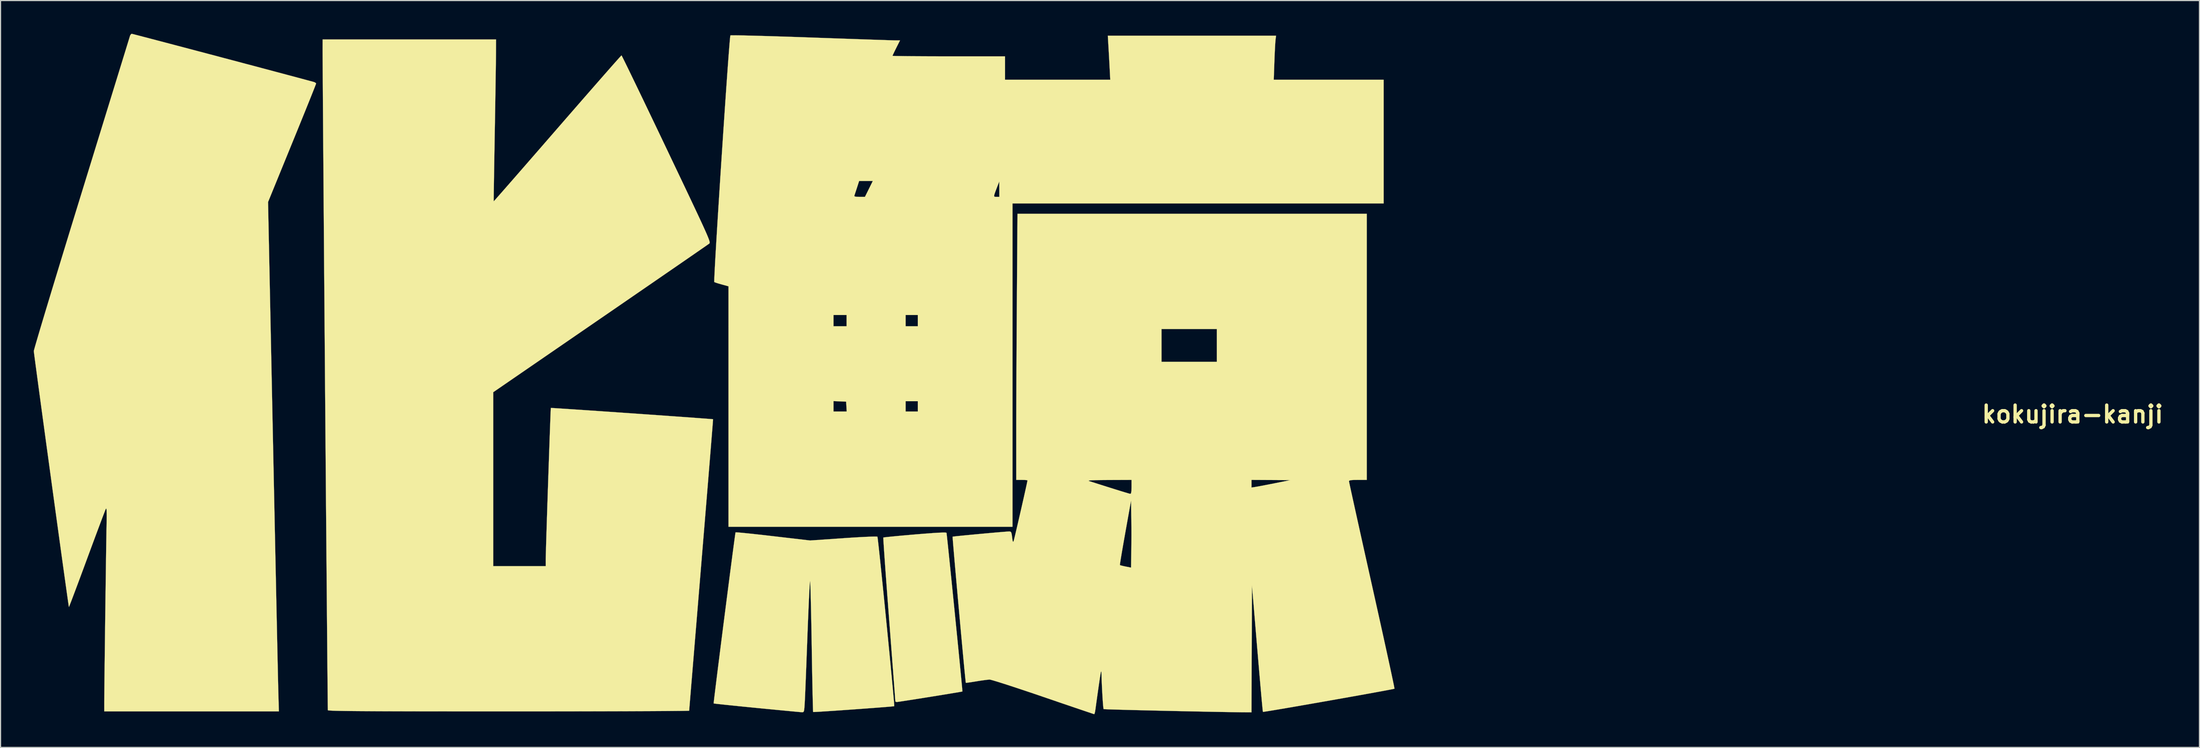
<source format=kicad_pcb>
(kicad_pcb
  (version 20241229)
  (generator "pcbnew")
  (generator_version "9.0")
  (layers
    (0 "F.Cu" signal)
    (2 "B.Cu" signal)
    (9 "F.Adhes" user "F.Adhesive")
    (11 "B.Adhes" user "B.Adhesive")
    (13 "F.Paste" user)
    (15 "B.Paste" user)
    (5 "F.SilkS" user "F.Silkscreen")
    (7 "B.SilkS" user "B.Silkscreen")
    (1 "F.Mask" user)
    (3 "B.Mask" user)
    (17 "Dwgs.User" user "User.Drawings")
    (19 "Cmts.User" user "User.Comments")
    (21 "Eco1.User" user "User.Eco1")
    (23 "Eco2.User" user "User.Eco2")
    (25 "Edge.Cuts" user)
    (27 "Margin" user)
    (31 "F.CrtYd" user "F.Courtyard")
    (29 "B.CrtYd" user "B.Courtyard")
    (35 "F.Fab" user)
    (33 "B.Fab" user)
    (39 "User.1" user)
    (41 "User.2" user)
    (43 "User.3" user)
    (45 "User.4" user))
  (footprint "kokujira-kanji"
    (layer "F.Cu")
    (at 184.168 34.38)
    (property "Reference" "kokujira-kanji" (at 0 0 0) (layer "F.SilkS") (effects (font (size 1.524 1.524) (thickness 0.3))))
    (attr through_hole)
    (fp_poly (pts (xy -101.81 10.683) (xy -101.72 10.704) (xy -101.719 10.705) (xy -101.706 10.801) (xy -101.678 11.05) (xy -101.636 11.436) (xy -101.582 11.944) (xy -101.518 12.561) (xy -101.445 13.27) (xy -101.365 14.057) (xy -101.278 14.906) (xy -101.187 15.804) (xy -101.093 16.734) (xy -100.998 17.682) (xy -100.903 18.634) (xy -100.809 19.573) (xy -100.718 20.485) (xy -100.632 21.356) (xy -100.552 22.169) (xy -100.48 22.911) (xy -100.416 23.566) (xy -100.363 24.12) (xy -100.322 24.556) (xy -100.295 24.862) (xy -100.282 25.02) (xy -100.282 25.04) (xy -100.367 25.058) (xy -100.597 25.099) (xy -100.947 25.159) (xy -101.396 25.233) (xy -101.92 25.319) (xy -102.495 25.413) (xy -103.099 25.51) (xy -103.709 25.608) (xy -104.302 25.702) (xy -104.854 25.789) (xy -105.343 25.865) (xy -105.746 25.927) (xy -106.038 25.97) (xy -106.198 25.991) (xy -106.218 25.993) (xy -106.327 25.957) (xy -106.34 25.929) (xy -106.346 25.837) (xy -106.364 25.588) (xy -106.393 25.196) (xy -106.432 24.671) (xy -106.481 24.026) (xy -106.538 23.273) (xy -106.603 22.426) (xy -106.674 21.495) (xy -106.75 20.493) (xy -106.831 19.433) (xy -106.902 18.518) (xy -106.985 17.42) (xy -107.065 16.37) (xy -107.138 15.381) (xy -107.206 14.466) (xy -107.266 13.636) (xy -107.317 12.903) (xy -107.36 12.281) (xy -107.393 11.78) (xy -107.416 11.414) (xy -107.427 11.194) (xy -107.426 11.132) (xy -107.335 11.116) (xy -107.096 11.088) (xy -106.727 11.05) (xy -106.25 11.004) (xy -105.683 10.951) (xy -105.047 10.895) (xy -104.569 10.854) (xy -103.696 10.783) (xy -102.988 10.73) (xy -102.44 10.696) (xy -102.048 10.681) (xy -101.81 10.683)) (stroke (width 0.01) (type solid)) (fill yes) (layer "F.SilkS"))
    (fp_poly (pts (xy -120.45 10.681) (xy -120.08 10.715) (xy -119.596 10.764) (xy -119.016 10.826) (xy -118.358 10.898) (xy -117.641 10.98) (xy -117.391 11.009) (xy -114.036 11.399) (xy -111.03 11.191) (xy -110.28 11.141) (xy -109.607 11.101) (xy -109.027 11.071) (xy -108.557 11.052) (xy -108.211 11.044) (xy -108.008 11.048) (xy -107.959 11.058) (xy -107.942 11.15) (xy -107.912 11.395) (xy -107.868 11.779) (xy -107.812 12.287) (xy -107.746 12.906) (xy -107.671 13.621) (xy -107.589 14.416) (xy -107.501 15.279) (xy -107.408 16.193) (xy -107.312 17.145) (xy -107.215 18.121) (xy -107.117 19.105) (xy -107.021 20.084) (xy -106.927 21.042) (xy -106.837 21.965) (xy -106.753 22.839) (xy -106.676 23.65) (xy -106.607 24.382) (xy -106.548 25.021) (xy -106.5 25.554) (xy -106.465 25.965) (xy -106.444 26.239) (xy -106.439 26.363) (xy -106.44 26.369) (xy -106.53 26.382) (xy -106.768 26.405) (xy -107.132 26.436) (xy -107.601 26.473) (xy -108.154 26.516) (xy -108.771 26.562) (xy -109.429 26.611) (xy -110.108 26.66) (xy -110.788 26.708) (xy -111.445 26.754) (xy -112.061 26.796) (xy -112.613 26.832) (xy -113.081 26.862) (xy -113.443 26.883) (xy -113.678 26.894) (xy -113.766 26.894) (xy -113.766 26.894) (xy -113.773 26.805) (xy -113.782 26.561) (xy -113.793 26.176) (xy -113.806 25.662) (xy -113.82 25.033) (xy -113.835 24.304) (xy -113.851 23.488) (xy -113.867 22.599) (xy -113.883 21.65) (xy -113.893 20.986) (xy -113.91 20.004) (xy -113.927 19.071) (xy -113.944 18.202) (xy -113.961 17.41) (xy -113.978 16.709) (xy -113.994 16.114) (xy -114.009 15.637) (xy -114.023 15.292) (xy -114.035 15.094) (xy -114.041 15.05) (xy -114.054 15.12) (xy -114.072 15.346) (xy -114.094 15.712) (xy -114.121 16.205) (xy -114.15 16.81) (xy -114.181 17.512) (xy -114.214 18.298) (xy -114.249 19.153) (xy -114.283 20.064) (xy -114.286 20.13) (xy -114.321 21.075) (xy -114.356 21.992) (xy -114.389 22.863) (xy -114.421 23.669) (xy -114.45 24.393) (xy -114.476 25.018) (xy -114.498 25.524) (xy -114.516 25.896) (xy -114.527 26.099) (xy -114.552 26.477) (xy -114.577 26.717) (xy -114.612 26.849) (xy -114.667 26.905) (xy -114.754 26.915) (xy -114.799 26.914) (xy -114.927 26.903) (xy -115.205 26.878) (xy -115.616 26.84) (xy -116.142 26.79) (xy -116.764 26.731) (xy -117.465 26.663) (xy -118.226 26.59) (xy -118.871 26.527) (xy -119.66 26.449) (xy -120.395 26.376) (xy -121.061 26.308) (xy -121.64 26.248) (xy -122.115 26.197) (xy -122.47 26.158) (xy -122.687 26.132) (xy -122.752 26.121) (xy -122.745 26.035) (xy -122.719 25.796) (xy -122.674 25.417) (xy -122.613 24.914) (xy -122.537 24.299) (xy -122.449 23.589) (xy -122.35 22.797) (xy -122.241 21.937) (xy -122.126 21.024) (xy -122.005 20.072) (xy -121.881 19.096) (xy -121.754 18.109) (xy -121.628 17.127) (xy -121.504 16.163) (xy -121.384 15.231) (xy -121.27 14.347) (xy -121.162 13.524) (xy -121.065 12.777) (xy -120.978 12.12) (xy -120.904 11.568) (xy -120.845 11.134) (xy -120.803 10.834) (xy -120.779 10.681) (xy -120.775 10.664) (xy -120.687 10.664) (xy -120.45 10.681)) (stroke (width 0.01) (type solid)) (fill yes) (layer "F.SilkS"))
    (fp_poly (pts (xy -120.507 -34.236) (xy -119.983 -34.226) (xy -119.338 -34.21) (xy -118.586 -34.19) (xy -117.74 -34.166) (xy -116.811 -34.137) (xy -115.811 -34.105) (xy -114.754 -34.069) (xy -113.952 -34.041) (xy -112.851 -34.001) (xy -111.791 -33.964) (xy -110.787 -33.929) (xy -109.85 -33.896) (xy -108.995 -33.867) (xy -108.234 -33.841) (xy -107.581 -33.82) (xy -107.049 -33.802) (xy -106.65 -33.79) (xy -106.399 -33.783) (xy -106.319 -33.782) (xy -105.916 -33.782) (xy -106.256 -33.107) (xy -106.407 -32.802) (xy -106.523 -32.558) (xy -106.588 -32.411) (xy -106.595 -32.387) (xy -106.513 -32.379) (xy -106.276 -32.371) (xy -105.899 -32.365) (xy -105.397 -32.358) (xy -104.784 -32.353) (xy -104.074 -32.349) (xy -103.283 -32.345) (xy -102.425 -32.343) (xy -101.515 -32.343) (xy -96.435 -32.343) (xy -96.435 -30.226) (xy -86.927 -30.226) (xy -86.983 -31.305) (xy -87.011 -31.833) (xy -87.043 -32.41) (xy -87.074 -32.956) (xy -87.094 -33.295) (xy -87.147 -34.205) (xy -71.951 -34.205) (xy -71.999 -33.803) (xy -72.017 -33.589) (xy -72.038 -33.241) (xy -72.061 -32.795) (xy -72.084 -32.288) (xy -72.101 -31.814) (xy -72.157 -30.226) (xy -62.23 -30.226) (xy -62.23 -19.05) (xy -95.758 -19.05) (xy -95.758 10.16) (xy -121.412 10.16) (xy -121.412 -0.254) (xy -111.929 -0.254) (xy -110.735 -0.254) (xy -110.786 -1.143) (xy -111.358 -1.168) (xy -111.753 -1.185) (xy -105.41 -1.185) (xy -105.41 -0.254) (xy -104.309 -0.254) (xy -104.309 -1.185) (xy -105.41 -1.185) (xy -111.753 -1.185) (xy -111.929 -1.193) (xy -111.929 -0.254) (xy -121.412 -0.254) (xy -121.412 -8.975) (xy -111.929 -8.975) (xy -111.929 -7.959) (xy -110.744 -7.959) (xy -110.744 -8.975) (xy -105.41 -8.975) (xy -105.41 -7.959) (xy -104.309 -7.959) (xy -104.309 -8.975) (xy -105.41 -8.975) (xy -110.744 -8.975) (xy -111.929 -8.975) (xy -121.412 -8.975) (xy -121.412 -11.564) (xy -122.009 -11.728) (xy -122.314 -11.815) (xy -122.557 -11.892) (xy -122.69 -11.943) (xy -122.694 -11.946) (xy -122.699 -12.034) (xy -122.692 -12.28) (xy -122.676 -12.671) (xy -122.649 -13.194) (xy -122.615 -13.838) (xy -122.572 -14.59) (xy -122.522 -15.439) (xy -122.466 -16.373) (xy -122.405 -17.379) (xy -122.338 -18.446) (xy -122.268 -19.561) (xy -122.256 -19.748) (xy -110.045 -19.748) (xy -110.018 -19.686) (xy -109.862 -19.652) (xy -109.587 -19.643) (xy -109.088 -19.643) (xy -109.039 -19.742) (xy -97.417 -19.742) (xy -97.396 -19.669) (xy -97.322 -19.645) (xy -97.203 -19.643) (xy -96.943 -19.643) (xy -96.947 -20.341) (xy -96.952 -21.04) (xy -97.147 -20.532) (xy -97.294 -20.146) (xy -97.384 -19.892) (xy -97.417 -19.742) (xy -109.039 -19.742) (xy -108.731 -20.362) (xy -108.375 -21.082) (xy -109.61 -21.082) (xy -109.807 -20.468) (xy -109.908 -20.158) (xy -109.991 -19.905) (xy -110.041 -19.758) (xy -110.045 -19.748) (xy -122.256 -19.748) (xy -122.195 -20.712) (xy -122.12 -21.887) (xy -122.042 -23.075) (xy -121.964 -24.263) (xy -121.887 -25.439) (xy -121.809 -26.591) (xy -121.734 -27.707) (xy -121.661 -28.774) (xy -121.591 -29.782) (xy -121.525 -30.717) (xy -121.464 -31.569) (xy -121.408 -32.324) (xy -121.358 -32.97) (xy -121.316 -33.496) (xy -121.282 -33.89) (xy -121.256 -34.139) (xy -121.24 -34.231) (xy -121.148 -34.239) (xy -120.9 -34.24) (xy -120.507 -34.236)) (stroke (width 0.01) (type solid)) (fill yes) (layer "F.SilkS"))
    (fp_poly (pts (xy -175.222 -34.353) (xy -174.981 -34.292) (xy -174.604 -34.195) (xy -174.103 -34.064) (xy -173.493 -33.904) (xy -172.786 -33.718) (xy -171.995 -33.51) (xy -171.135 -33.284) (xy -170.218 -33.042) (xy -169.259 -32.788) (xy -168.269 -32.527) (xy -167.264 -32.261) (xy -166.256 -31.994) (xy -165.258 -31.729) (xy -164.285 -31.471) (xy -163.349 -31.222) (xy -162.464 -30.987) (xy -161.643 -30.768) (xy -160.9 -30.57) (xy -160.248 -30.395) (xy -159.7 -30.248) (xy -159.27 -30.132) (xy -158.972 -30.051) (xy -158.818 -30.008) (xy -158.814 -30.006) (xy -158.688 -29.929) (xy -158.665 -29.879) (xy -158.697 -29.788) (xy -158.787 -29.554) (xy -158.931 -29.189) (xy -159.123 -28.707) (xy -159.359 -28.12) (xy -159.633 -27.441) (xy -159.94 -26.684) (xy -160.274 -25.861) (xy -160.631 -24.985) (xy -160.835 -24.487) (xy -163.004 -19.177) (xy -162.568 1.947) (xy -162.528 3.853) (xy -162.49 5.727) (xy -162.451 7.562) (xy -162.414 9.35) (xy -162.378 11.083) (xy -162.343 12.752) (xy -162.309 14.351) (xy -162.277 15.87) (xy -162.247 17.301) (xy -162.218 18.637) (xy -162.192 19.87) (xy -162.168 20.991) (xy -162.146 21.992) (xy -162.127 22.866) (xy -162.111 23.604) (xy -162.097 24.198) (xy -162.087 24.641) (xy -162.08 24.924) (xy -162.079 24.956) (xy -162.026 26.839) (xy -177.8 26.839) (xy -177.8 26.056) (xy -177.799 25.797) (xy -177.796 25.384) (xy -177.791 24.835) (xy -177.784 24.165) (xy -177.775 23.391) (xy -177.765 22.528) (xy -177.753 21.593) (xy -177.741 20.602) (xy -177.728 19.572) (xy -177.715 18.518) (xy -177.701 17.457) (xy -177.687 16.405) (xy -177.673 15.378) (xy -177.659 14.393) (xy -177.646 13.465) (xy -177.634 12.611) (xy -177.623 11.847) (xy -177.612 11.189) (xy -177.603 10.653) (xy -177.597 10.287) (xy -177.585 9.659) (xy -177.58 9.186) (xy -177.583 8.849) (xy -177.592 8.636) (xy -177.61 8.528) (xy -177.637 8.512) (xy -177.664 8.551) (xy -177.713 8.669) (xy -177.814 8.931) (xy -177.963 9.32) (xy -178.152 9.823) (xy -178.377 10.423) (xy -178.632 11.105) (xy -178.91 11.854) (xy -179.206 12.654) (xy -179.37 13.098) (xy -179.67 13.911) (xy -179.953 14.673) (xy -180.213 15.37) (xy -180.445 15.988) (xy -180.643 16.513) (xy -180.801 16.931) (xy -180.916 17.226) (xy -180.98 17.385) (xy -180.993 17.409) (xy -181.008 17.324) (xy -181.044 17.082) (xy -181.1 16.695) (xy -181.173 16.176) (xy -181.263 15.536) (xy -181.368 14.787) (xy -181.486 13.94) (xy -181.616 13.007) (xy -181.755 12) (xy -181.903 10.931) (xy -182.057 9.81) (xy -182.217 8.651) (xy -182.38 7.464) (xy -182.545 6.261) (xy -182.71 5.054) (xy -182.874 3.855) (xy -183.036 2.676) (xy -183.192 1.527) (xy -183.343 0.421) (xy -183.486 -0.63) (xy -183.619 -1.615) (xy -183.742 -2.522) (xy -183.852 -3.34) (xy -183.948 -4.057) (xy -184.029 -4.66) (xy -184.092 -5.139) (xy -184.136 -5.481) (xy -184.159 -5.676) (xy -184.163 -5.715) (xy -184.139 -5.822) (xy -184.068 -6.082) (xy -183.951 -6.487) (xy -183.792 -7.029) (xy -183.594 -7.699) (xy -183.358 -8.488) (xy -183.087 -9.389) (xy -182.783 -10.393) (xy -182.451 -11.491) (xy -182.09 -12.675) (xy -181.706 -13.937) (xy -181.299 -15.268) (xy -180.873 -16.66) (xy -180.429 -18.104) (xy -179.971 -19.592) (xy -179.838 -20.024) (xy -179.377 -21.521) (xy -178.928 -22.976) (xy -178.496 -24.38) (xy -178.081 -25.725) (xy -177.688 -27.002) (xy -177.318 -28.202) (xy -176.974 -29.319) (xy -176.658 -30.343) (xy -176.374 -31.266) (xy -176.124 -32.079) (xy -175.909 -32.775) (xy -175.734 -33.345) (xy -175.6 -33.78) (xy -175.51 -34.073) (xy -175.466 -34.215) (xy -175.462 -34.227) (xy -175.375 -34.352) (xy -175.312 -34.375) (xy -175.222 -34.353)) (stroke (width 0.01) (type solid)) (fill yes) (layer "F.SilkS"))
    (fp_poly (pts (xy -142.415 -32.575) (xy -142.418 -32.271) (xy -142.423 -31.814) (xy -142.431 -31.224) (xy -142.442 -30.517) (xy -142.454 -29.711) (xy -142.468 -28.823) (xy -142.483 -27.872) (xy -142.5 -26.874) (xy -142.518 -25.848) (xy -142.528 -25.273) (xy -142.545 -24.28) (xy -142.561 -23.338) (xy -142.576 -22.46) (xy -142.589 -21.66) (xy -142.6 -20.951) (xy -142.609 -20.346) (xy -142.616 -19.859) (xy -142.62 -19.505) (xy -142.621 -19.295) (xy -142.621 -19.241) (xy -142.564 -19.3) (xy -142.405 -19.479) (xy -142.149 -19.77) (xy -141.803 -20.163) (xy -141.377 -20.65) (xy -140.876 -21.223) (xy -140.308 -21.874) (xy -139.68 -22.594) (xy -139 -23.375) (xy -138.274 -24.208) (xy -137.512 -25.085) (xy -136.87 -25.824) (xy -136.081 -26.731) (xy -135.323 -27.601) (xy -134.604 -28.427) (xy -133.93 -29.198) (xy -133.31 -29.907) (xy -132.75 -30.546) (xy -132.258 -31.106) (xy -131.842 -31.578) (xy -131.508 -31.954) (xy -131.265 -32.226) (xy -131.119 -32.385) (xy -131.077 -32.426) (xy -131.034 -32.351) (xy -130.923 -32.132) (xy -130.749 -31.781) (xy -130.516 -31.305) (xy -130.23 -30.716) (xy -129.894 -30.022) (xy -129.514 -29.234) (xy -129.094 -28.362) (xy -128.64 -27.414) (xy -128.155 -26.401) (xy -127.644 -25.333) (xy -127.113 -24.219) (xy -127.004 -23.99) (xy -126.378 -22.674) (xy -125.82 -21.503) (xy -125.327 -20.467) (xy -124.896 -19.558) (xy -124.523 -18.768) (xy -124.203 -18.088) (xy -123.933 -17.51) (xy -123.709 -17.025) (xy -123.528 -16.624) (xy -123.384 -16.3) (xy -123.276 -16.043) (xy -123.198 -15.845) (xy -123.147 -15.697) (xy -123.119 -15.591) (xy -123.111 -15.519) (xy -123.117 -15.471) (xy -123.136 -15.44) (xy -123.157 -15.419) (xy -123.246 -15.356) (xy -123.467 -15.202) (xy -123.811 -14.964) (xy -124.27 -14.646) (xy -124.836 -14.255) (xy -125.501 -13.796) (xy -126.257 -13.275) (xy -127.096 -12.698) (xy -128.009 -12.069) (xy -128.989 -11.395) (xy -130.027 -10.681) (xy -131.115 -9.932) (xy -132.245 -9.155) (xy -132.996 -8.64) (xy -142.663 -1.997) (xy -142.663 13.716) (xy -137.922 13.716) (xy -137.923 13.187) (xy -137.921 13.007) (xy -137.913 12.683) (xy -137.9 12.23) (xy -137.884 11.662) (xy -137.863 10.996) (xy -137.84 10.246) (xy -137.814 9.428) (xy -137.786 8.558) (xy -137.756 7.65) (xy -137.725 6.721) (xy -137.693 5.785) (xy -137.662 4.858) (xy -137.63 3.955) (xy -137.6 3.091) (xy -137.572 2.283) (xy -137.545 1.544) (xy -137.521 0.892) (xy -137.5 0.34) (xy -137.483 -0.095) (xy -137.47 -0.399) (xy -137.461 -0.556) (xy -137.459 -0.574) (xy -137.373 -0.572) (xy -137.134 -0.559) (xy -136.756 -0.535) (xy -136.253 -0.503) (xy -135.64 -0.462) (xy -134.933 -0.415) (xy -134.146 -0.362) (xy -133.294 -0.304) (xy -132.392 -0.242) (xy -131.455 -0.177) (xy -130.497 -0.111) (xy -129.533 -0.044) (xy -128.579 0.023) (xy -127.649 0.088) (xy -126.758 0.152) (xy -125.92 0.211) (xy -125.151 0.266) (xy -124.466 0.316) (xy -123.879 0.36) (xy -123.405 0.395) (xy -123.059 0.422) (xy -122.855 0.44) (xy -122.806 0.446) (xy -122.811 0.531) (xy -122.829 0.776) (xy -122.86 1.171) (xy -122.903 1.708) (xy -122.957 2.378) (xy -123.021 3.17) (xy -123.095 4.077) (xy -123.178 5.09) (xy -123.268 6.198) (xy -123.366 7.393) (xy -123.471 8.667) (xy -123.581 10.009) (xy -123.697 11.411) (xy -123.817 12.864) (xy -123.876 13.589) (xy -123.998 15.064) (xy -124.117 16.494) (xy -124.23 17.868) (xy -124.338 19.179) (xy -124.441 20.416) (xy -124.536 21.571) (xy -124.624 22.634) (xy -124.703 23.597) (xy -124.774 24.45) (xy -124.834 25.185) (xy -124.884 25.792) (xy -124.923 26.261) (xy -124.949 26.585) (xy -124.963 26.753) (xy -124.965 26.776) (xy -125.048 26.782) (xy -125.293 26.788) (xy -125.691 26.795) (xy -126.234 26.8) (xy -126.913 26.806) (xy -127.721 26.811) (xy -128.649 26.816) (xy -129.689 26.82) (xy -130.833 26.825) (xy -132.073 26.828) (xy -133.4 26.831) (xy -134.807 26.834) (xy -136.286 26.836) (xy -137.827 26.838) (xy -139.423 26.839) (xy -141.066 26.839) (xy -141.269 26.839) (xy -143.292 26.839) (xy -145.151 26.839) (xy -146.853 26.837) (xy -148.404 26.836) (xy -149.809 26.834) (xy -151.075 26.831) (xy -152.208 26.828) (xy -153.214 26.824) (xy -154.098 26.819) (xy -154.867 26.814) (xy -155.527 26.808) (xy -156.084 26.801) (xy -156.543 26.793) (xy -156.912 26.784) (xy -157.195 26.775) (xy -157.399 26.764) (xy -157.53 26.752) (xy -157.593 26.74) (xy -157.602 26.733) (xy -157.604 26.644) (xy -157.608 26.392) (xy -157.613 25.986) (xy -157.618 25.433) (xy -157.625 24.74) (xy -157.633 23.914) (xy -157.642 22.964) (xy -157.652 21.895) (xy -157.662 20.717) (xy -157.673 19.435) (xy -157.685 18.058) (xy -157.698 16.592) (xy -157.711 15.046) (xy -157.724 13.426) (xy -157.738 11.74) (xy -157.753 9.996) (xy -157.768 8.2) (xy -157.783 6.36) (xy -157.798 4.483) (xy -157.813 2.578) (xy -157.829 0.65) (xy -157.844 -1.292) (xy -157.86 -3.241) (xy -157.875 -5.19) (xy -157.89 -7.131) (xy -157.905 -9.058) (xy -157.92 -10.961) (xy -157.935 -12.835) (xy -157.949 -14.672) (xy -157.962 -16.465) (xy -157.975 -18.205) (xy -157.988 -19.887) (xy -158 -21.501) (xy -158.011 -23.042) (xy -158.022 -24.501) (xy -158.032 -25.872) (xy -158.041 -27.146) (xy -158.049 -28.317) (xy -158.056 -29.377) (xy -158.062 -30.318) (xy -158.067 -31.135) (xy -158.071 -31.818) (xy -158.074 -32.36) (xy -158.076 -32.755) (xy -158.076 -32.995) (xy -158.076 -32.999) (xy -158.073 -33.867) (xy -142.409 -33.867) (xy -142.415 -32.575)) (stroke (width 0.01) (type solid)) (fill yes) (layer "F.SilkS"))
    (fp_poly (pts (xy -63.754 5.927) (xy -64.558 5.927) (xy -64.95 5.932) (xy -65.197 5.951) (xy -65.326 5.987) (xy -65.363 6.043) (xy -65.345 6.139) (xy -65.292 6.39) (xy -65.207 6.785) (xy -65.091 7.314) (xy -64.948 7.965) (xy -64.78 8.728) (xy -64.589 9.594) (xy -64.377 10.55) (xy -64.147 11.586) (xy -63.901 12.693) (xy -63.641 13.858) (xy -63.37 15.072) (xy -63.285 15.452) (xy -63.012 16.677) (xy -62.75 17.855) (xy -62.501 18.977) (xy -62.268 20.031) (xy -62.054 21.008) (xy -61.86 21.896) (xy -61.688 22.685) (xy -61.542 23.364) (xy -61.423 23.924) (xy -61.333 24.353) (xy -61.276 24.642) (xy -61.252 24.779) (xy -61.252 24.789) (xy -61.342 24.812) (xy -61.581 24.861) (xy -61.955 24.932) (xy -62.447 25.024) (xy -63.04 25.132) (xy -63.718 25.255) (xy -64.466 25.39) (xy -65.266 25.533) (xy -66.104 25.682) (xy -66.961 25.833) (xy -67.824 25.985) (xy -68.674 26.134) (xy -69.497 26.277) (xy -70.275 26.412) (xy -70.992 26.536) (xy -71.634 26.645) (xy -72.182 26.737) (xy -72.621 26.809) (xy -72.935 26.858) (xy -73.108 26.882) (xy -73.136 26.883) (xy -73.149 26.795) (xy -73.175 26.552) (xy -73.212 26.168) (xy -73.259 25.656) (xy -73.315 25.032) (xy -73.379 24.308) (xy -73.449 23.498) (xy -73.525 22.617) (xy -73.604 21.677) (xy -73.649 21.15) (xy -74.126 15.452) (xy -74.147 21.188) (xy -74.169 26.924) (xy -74.698 26.921) (xy -75.103 26.918) (xy -75.628 26.911) (xy -76.255 26.901) (xy -76.971 26.889) (xy -77.758 26.875) (xy -78.601 26.858) (xy -79.485 26.84) (xy -80.393 26.821) (xy -81.31 26.801) (xy -82.22 26.781) (xy -83.108 26.76) (xy -83.958 26.74) (xy -84.754 26.72) (xy -85.48 26.702) (xy -86.12 26.684) (xy -86.66 26.668) (xy -87.083 26.655) (xy -87.373 26.643) (xy -87.515 26.635) (xy -87.527 26.632) (xy -87.547 26.534) (xy -87.572 26.295) (xy -87.6 25.942) (xy -87.629 25.503) (xy -87.657 25.007) (xy -87.683 24.48) (xy -87.704 23.95) (xy -87.719 23.495) (xy -87.726 23.31) (xy -87.739 23.217) (xy -87.758 23.23) (xy -87.789 23.361) (xy -87.834 23.622) (xy -87.895 24.026) (xy -87.971 24.553) (xy -88.049 25.096) (xy -88.122 25.613) (xy -88.185 26.067) (xy -88.234 26.424) (xy -88.264 26.649) (xy -88.264 26.649) (xy -88.305 26.896) (xy -88.35 27.055) (xy -88.377 27.089) (xy -88.465 27.062) (xy -88.7 26.984) (xy -89.065 26.861) (xy -89.547 26.698) (xy -90.132 26.5) (xy -90.805 26.271) (xy -91.551 26.017) (xy -92.356 25.741) (xy -92.995 25.523) (xy -93.842 25.234) (xy -94.648 24.963) (xy -95.396 24.714) (xy -96.072 24.492) (xy -96.66 24.303) (xy -97.145 24.151) (xy -97.512 24.041) (xy -97.745 23.978) (xy -97.821 23.965) (xy -98.013 23.98) (xy -98.324 24.019) (xy -98.708 24.074) (xy -99.018 24.124) (xy -99.392 24.184) (xy -99.7 24.229) (xy -99.905 24.255) (xy -99.973 24.258) (xy -99.986 24.171) (xy -100.012 23.932) (xy -100.05 23.555) (xy -100.099 23.056) (xy -100.157 22.452) (xy -100.222 21.756) (xy -100.294 20.986) (xy -100.37 20.157) (xy -100.45 19.284) (xy -100.532 18.383) (xy -100.615 17.47) (xy -100.697 16.56) (xy -100.776 15.669) (xy -100.852 14.812) (xy -100.923 14.005) (xy -100.957 13.621) (xy -86.056 13.621) (xy -85.964 13.654) (xy -85.755 13.706) (xy -85.537 13.752) (xy -85.048 13.85) (xy -85.025 12.344) (xy -85.018 11.701) (xy -85.015 10.967) (xy -85.016 10.217) (xy -85.022 9.528) (xy -85.025 9.313) (xy -85.048 7.788) (xy -85.567 10.689) (xy -85.687 11.367) (xy -85.796 11.99) (xy -85.89 12.54) (xy -85.966 12.998) (xy -86.021 13.343) (xy -86.052 13.557) (xy -86.056 13.621) (xy -100.957 13.621) (xy -100.988 13.263) (xy -101.045 12.603) (xy -101.093 12.04) (xy -101.13 11.589) (xy -101.155 11.267) (xy -101.166 11.088) (xy -101.166 11.056) (xy -101.078 11.042) (xy -100.846 11.015) (xy -100.496 10.979) (xy -100.053 10.935) (xy -99.542 10.886) (xy -98.989 10.834) (xy -98.418 10.781) (xy -97.854 10.73) (xy -97.324 10.683) (xy -96.852 10.643) (xy -96.464 10.611) (xy -96.184 10.59) (xy -96.038 10.583) (xy -96.037 10.583) (xy -95.933 10.602) (xy -95.867 10.682) (xy -95.823 10.863) (xy -95.791 11.111) (xy -95.753 11.39) (xy -95.716 11.514) (xy -95.674 11.499) (xy -95.661 11.471) (xy -95.63 11.362) (xy -95.569 11.113) (xy -95.481 10.747) (xy -95.374 10.29) (xy -95.252 9.765) (xy -95.121 9.197) (xy -94.986 8.609) (xy -94.854 8.025) (xy -94.728 7.47) (xy -94.616 6.968) (xy -94.522 6.542) (xy -94.452 6.218) (xy -94.411 6.018) (xy -94.408 5.994) (xy -88.875 5.994) (xy -88.866 6.02) (xy -88.829 6.034) (xy -88.007 6.297) (xy -87.26 6.533) (xy -86.602 6.74) (xy -86.047 6.913) (xy -85.609 7.047) (xy -85.299 7.139) (xy -85.133 7.184) (xy -85.111 7.189) (xy -85.052 7.136) (xy -85.018 6.955) (xy -85.006 6.626) (xy -85.006 6.614) (xy -74.168 6.614) (xy -73.808 6.559) (xy -73.603 6.523) (xy -73.269 6.462) (xy -72.844 6.38) (xy -72.364 6.287) (xy -72.051 6.225) (xy -70.654 5.946) (xy -72.411 5.936) (xy -74.168 5.927) (xy -74.168 6.614) (xy -85.006 6.614) (xy -85.005 6.562) (xy -85.005 5.927) (xy -87.058 5.935) (xy -87.711 5.94) (xy -88.207 5.947) (xy -88.558 5.958) (xy -88.776 5.973) (xy -88.875 5.994) (xy -94.408 5.994) (xy -94.403 5.967) (xy -94.48 5.946) (xy -94.68 5.931) (xy -94.911 5.927) (xy -95.419 5.927) (xy -95.419 1.792) (xy -95.419 1.064) (xy -95.417 0.188) (xy -95.414 -0.814) (xy -95.409 -1.921) (xy -95.404 -3.111) (xy -95.398 -4.363) (xy -95.392 -5.655) (xy -95.384 -6.965) (xy -95.38 -7.705) (xy -82.296 -7.705) (xy -82.296 -4.741) (xy -77.301 -4.741) (xy -77.301 -7.705) (xy -82.296 -7.705) (xy -95.38 -7.705) (xy -95.376 -8.272) (xy -95.368 -9.554) (xy -95.363 -10.231) (xy -95.307 -18.119) (xy -63.754 -18.119) (xy -63.754 5.927)) (stroke (width 0.01) (type solid)) (fill yes) (layer "F.SilkS")))
  (gr_rect
    (start -3 -3)
    (end 195.63 64.474)
    (stroke (width 0.1) (type default))
    (fill no)
    (layer "Edge.Cuts")))
</source>
